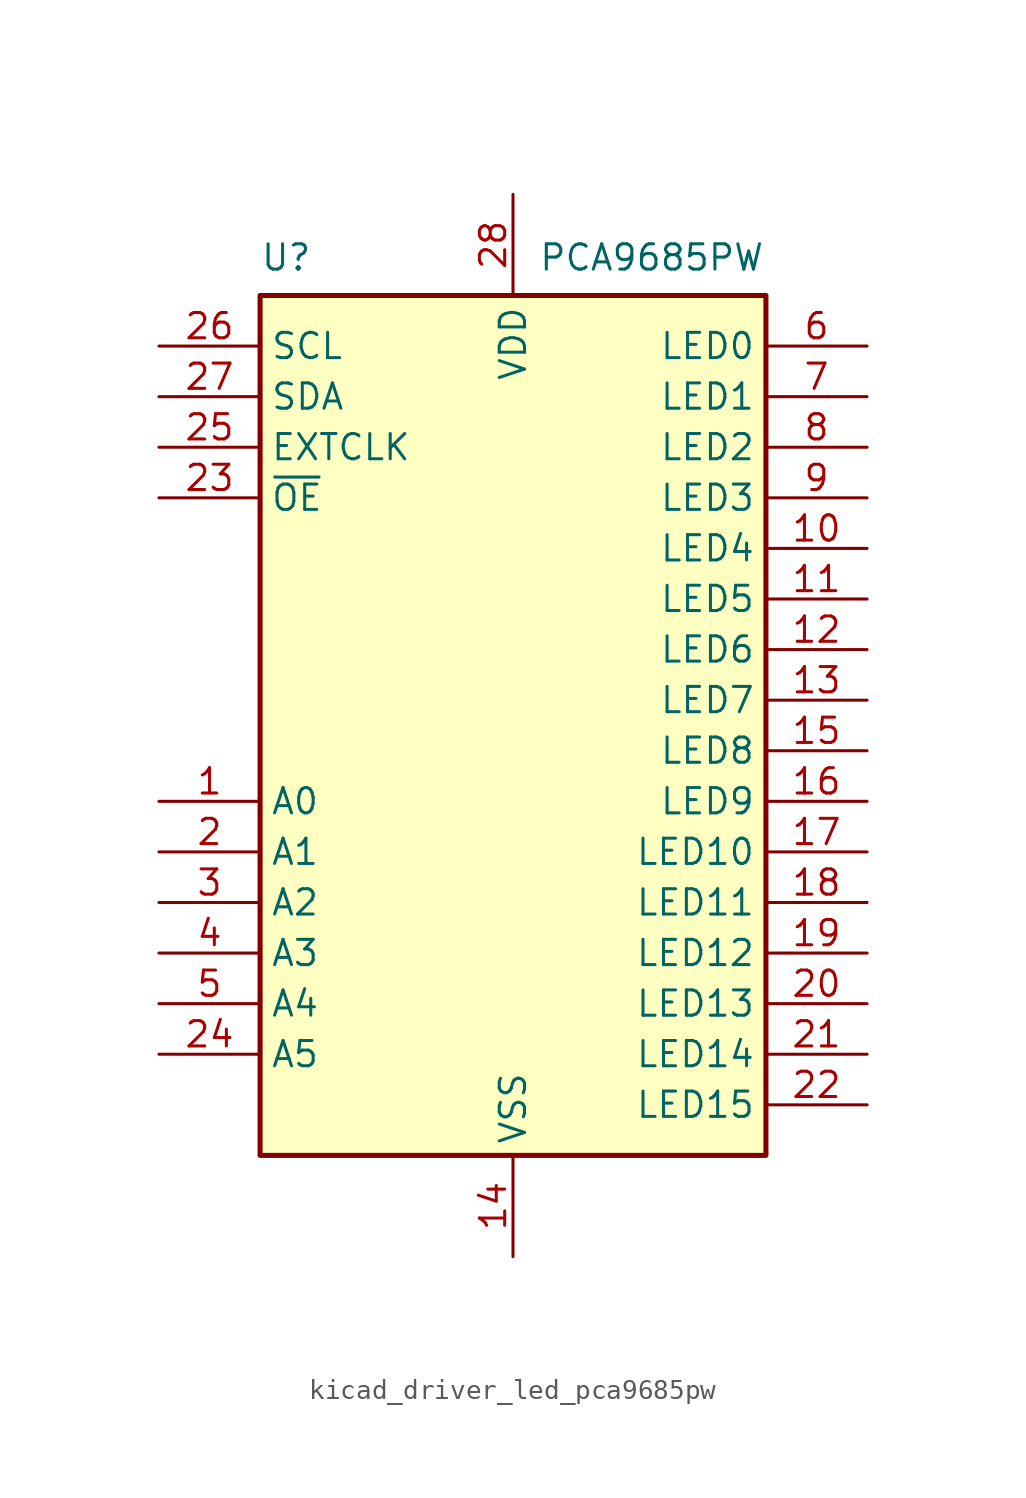
<source format=kicad_sym>
(kicad_symbol_lib
  (version 20220914)
  (generator kicad_symbol_editor)
  (symbol "kicad_driver_led_pca9685pw"
    (property "Reference" "U"
      (at -12.7 22.225 0)
      (effects (font (size 1.27 1.27)) (justify left)))
    (property "Value" "PCA9685PW"
      (at 1.27 22.225 0)
      (effects (font (size 1.27 1.27)) (justify left)))
    (symbol "kicad_driver_led_pca9685pw_0_1"
      (rectangle (start -12.7 20.32) (end 12.7 -22.86) (stroke (width 0.254) (type default)) (fill (type background))))
    (symbol "kicad_driver_led_pca9685pw_1_1"
      (pin input line (at -17.78 -5.08 0) (length 5.08) (name "A0" (effects (font (size 1.27 1.27)))) (number "1" (effects (font (size 1.27 1.27)))))
      (pin output line (at 17.78 7.62 180) (length 5.08) (name "LED4" (effects (font (size 1.27 1.27)))) (number "10" (effects (font (size 1.27 1.27)))))
      (pin output line (at 17.78 5.08 180) (length 5.08) (name "LED5" (effects (font (size 1.27 1.27)))) (number "11" (effects (font (size 1.27 1.27)))))
      (pin output line (at 17.78 2.54 180) (length 5.08) (name "LED6" (effects (font (size 1.27 1.27)))) (number "12" (effects (font (size 1.27 1.27)))))
      (pin output line (at 17.78 0 180) (length 5.08) (name "LED7" (effects (font (size 1.27 1.27)))) (number "13" (effects (font (size 1.27 1.27)))))
      (pin power_in line (at 0 -27.94 90) (length 5.08) (name "VSS" (effects (font (size 1.27 1.27)))) (number "14" (effects (font (size 1.27 1.27)))))
      (pin output line (at 17.78 -2.54 180) (length 5.08) (name "LED8" (effects (font (size 1.27 1.27)))) (number "15" (effects (font (size 1.27 1.27)))))
      (pin output line (at 17.78 -5.08 180) (length 5.08) (name "LED9" (effects (font (size 1.27 1.27)))) (number "16" (effects (font (size 1.27 1.27)))))
      (pin output line (at 17.78 -7.62 180) (length 5.08) (name "LED10" (effects (font (size 1.27 1.27)))) (number "17" (effects (font (size 1.27 1.27)))))
      (pin output line (at 17.78 -10.16 180) (length 5.08) (name "LED11" (effects (font (size 1.27 1.27)))) (number "18" (effects (font (size 1.27 1.27)))))
      (pin output line (at 17.78 -12.7 180) (length 5.08) (name "LED12" (effects (font (size 1.27 1.27)))) (number "19" (effects (font (size 1.27 1.27)))))
      (pin input line (at -17.78 -7.62 0) (length 5.08) (name "A1" (effects (font (size 1.27 1.27)))) (number "2" (effects (font (size 1.27 1.27)))))
      (pin output line (at 17.78 -15.24 180) (length 5.08) (name "LED13" (effects (font (size 1.27 1.27)))) (number "20" (effects (font (size 1.27 1.27)))))
      (pin output line (at 17.78 -17.78 180) (length 5.08) (name "LED14" (effects (font (size 1.27 1.27)))) (number "21" (effects (font (size 1.27 1.27)))))
      (pin output line (at 17.78 -20.32 180) (length 5.08) (name "LED15" (effects (font (size 1.27 1.27)))) (number "22" (effects (font (size 1.27 1.27)))))
      (pin input line (at -17.78 10.16 0) (length 5.08) (name "~{OE}" (effects (font (size 1.27 1.27)))) (number "23" (effects (font (size 1.27 1.27)))))
      (pin input line (at -17.78 -17.78 0) (length 5.08) (name "A5" (effects (font (size 1.27 1.27)))) (number "24" (effects (font (size 1.27 1.27)))))
      (pin input line (at -17.78 12.7 0) (length 5.08) (name "EXTCLK" (effects (font (size 1.27 1.27)))) (number "25" (effects (font (size 1.27 1.27)))))
      (pin input line (at -17.78 17.78 0) (length 5.08) (name "SCL" (effects (font (size 1.27 1.27)))) (number "26" (effects (font (size 1.27 1.27)))))
      (pin bidirectional line (at -17.78 15.24 0) (length 5.08) (name "SDA" (effects (font (size 1.27 1.27)))) (number "27" (effects (font (size 1.27 1.27)))))
      (pin power_in line (at 0 25.4 270) (length 5.08) (name "VDD" (effects (font (size 1.27 1.27)))) (number "28" (effects (font (size 1.27 1.27)))))
      (pin input line (at -17.78 -10.16 0) (length 5.08) (name "A2" (effects (font (size 1.27 1.27)))) (number "3" (effects (font (size 1.27 1.27)))))
      (pin input line (at -17.78 -12.7 0) (length 5.08) (name "A3" (effects (font (size 1.27 1.27)))) (number "4" (effects (font (size 1.27 1.27)))))
      (pin input line (at -17.78 -15.24 0) (length 5.08) (name "A4" (effects (font (size 1.27 1.27)))) (number "5" (effects (font (size 1.27 1.27)))))
      (pin output line (at 17.78 17.78 180) (length 5.08) (name "LED0" (effects (font (size 1.27 1.27)))) (number "6" (effects (font (size 1.27 1.27)))))
      (pin output line (at 17.78 15.24 180) (length 5.08) (name "LED1" (effects (font (size 1.27 1.27)))) (number "7" (effects (font (size 1.27 1.27)))))
      (pin output line (at 17.78 12.7 180) (length 5.08) (name "LED2" (effects (font (size 1.27 1.27)))) (number "8" (effects (font (size 1.27 1.27)))))
      (pin output line (at 17.78 10.16 180) (length 5.08) (name "LED3" (effects (font (size 1.27 1.27)))) (number "9" (effects (font (size 1.27 1.27))))))))
</source>
